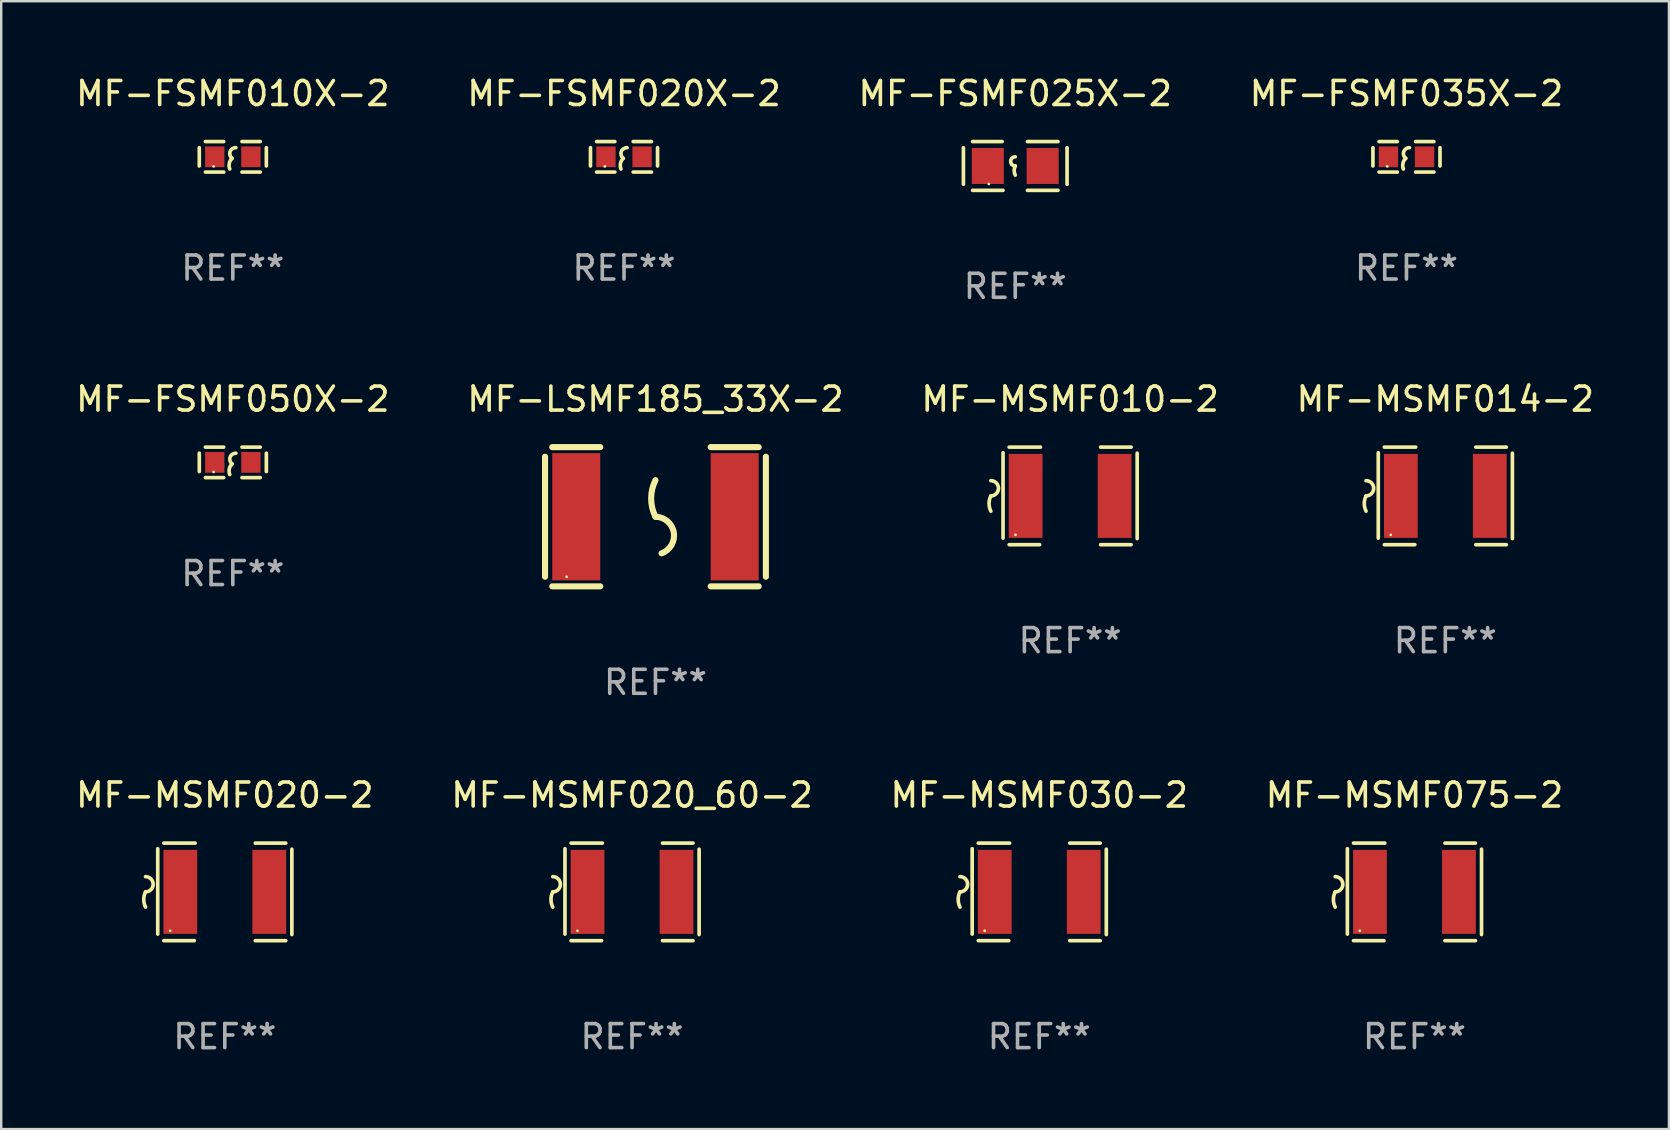
<source format=kicad_pcb>
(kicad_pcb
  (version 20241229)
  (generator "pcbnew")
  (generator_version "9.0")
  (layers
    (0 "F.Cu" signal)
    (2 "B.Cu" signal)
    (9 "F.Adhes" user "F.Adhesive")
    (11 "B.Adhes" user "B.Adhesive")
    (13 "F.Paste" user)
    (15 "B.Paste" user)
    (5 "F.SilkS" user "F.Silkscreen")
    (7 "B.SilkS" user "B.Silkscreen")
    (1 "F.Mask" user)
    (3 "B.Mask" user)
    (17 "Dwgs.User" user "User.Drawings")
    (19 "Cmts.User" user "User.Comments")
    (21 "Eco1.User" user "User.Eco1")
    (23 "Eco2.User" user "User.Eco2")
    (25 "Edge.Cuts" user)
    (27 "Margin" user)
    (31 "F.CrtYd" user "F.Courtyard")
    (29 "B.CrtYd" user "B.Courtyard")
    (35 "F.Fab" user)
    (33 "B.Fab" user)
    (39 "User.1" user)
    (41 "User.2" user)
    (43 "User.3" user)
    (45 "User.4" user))
  (footprint "MF-MSMF020-2"
    (layer "F.Cu")
    (at 6.315 34.105)
    (property "Reference" "MF-MSMF020-2" (at 0 -4.032 0) (layer "F.SilkS") (effects (font (size 1 1) (thickness 0.15))))
    (attr through_hole)
    (fp_line (start -2.794 -1.798) (end -2.794 1.758) (stroke (width 0.152) (type solid)) (layer "F.SilkS"))
    (fp_line (start -2.54 -2.032) (end -1.235 -2.032) (stroke (width 0.152) (type solid)) (layer "F.SilkS"))
    (fp_line (start -1.27 2.032) (end -2.54 2.032) (stroke (width 0.152) (type solid)) (layer "F.SilkS"))
    (fp_line (start 1.27 2.032) (end 2.54 2.032) (stroke (width 0.152) (type solid)) (layer "F.SilkS"))
    (fp_line (start 2.54 -2.032) (end 1.27 -2.032) (stroke (width 0.152) (type solid)) (layer "F.SilkS"))
    (fp_line (start 2.794 -1.778) (end 2.794 1.778) (stroke (width 0.152) (type solid)) (layer "F.SilkS"))
    (fp_arc (start -3.302007 -0.635002) (mid -2.984506 -0.317501) (end -3.302007 0) (stroke (width 0.151994) (type solid)) (layer "F.SilkS"))
    (fp_arc (start -3.302007 0.635002) (mid -3.376959 0.317501) (end -3.302007 0) (stroke (width 0.151994) (type solid)) (layer "F.SilkS"))
    (fp_circle (center -2.275 1.62) (end -2.245 1.62) (stroke (width 0.06) (type solid)) (fill no) (layer "F.SilkS"))
    (fp_text user "REF**" (at 0 6.032 0) (layer "F.Fab") (effects (font (size 1 1) (thickness 0.15))))
    (pad "1" smd rect (at -1.853 0) (size 1.407 3.499) (layers "F.Cu" "F.Mask" "F.Paste"))
    (pad "2" smd rect (at 1.853 0) (size 1.407 3.499) (layers "F.Cu" "F.Mask" "F.Paste")))
  (footprint "MF-MSMF020_60-2"
    (layer "F.Cu")
    (at 23.28 34.105)
    (property "Reference" "MF-MSMF020_60-2" (at 0 -4.032 0) (layer "F.SilkS") (effects (font (size 1 1) (thickness 0.15))))
    (attr through_hole)
    (fp_line (start -2.794 -1.798) (end -2.794 1.758) (stroke (width 0.152) (type solid)) (layer "F.SilkS"))
    (fp_line (start -2.54 -2.032) (end -1.235 -2.032) (stroke (width 0.152) (type solid)) (layer "F.SilkS"))
    (fp_line (start -1.27 2.032) (end -2.54 2.032) (stroke (width 0.152) (type solid)) (layer "F.SilkS"))
    (fp_line (start 1.27 2.032) (end 2.54 2.032) (stroke (width 0.152) (type solid)) (layer "F.SilkS"))
    (fp_line (start 2.54 -2.032) (end 1.27 -2.032) (stroke (width 0.152) (type solid)) (layer "F.SilkS"))
    (fp_line (start 2.794 -1.778) (end 2.794 1.778) (stroke (width 0.152) (type solid)) (layer "F.SilkS"))
    (fp_arc (start -3.302007 -0.635002) (mid -2.984506 -0.317501) (end -3.302007 0) (stroke (width 0.151994) (type solid)) (layer "F.SilkS"))
    (fp_arc (start -3.302007 0.635002) (mid -3.376959 0.317501) (end -3.302007 0) (stroke (width 0.151994) (type solid)) (layer "F.SilkS"))
    (fp_circle (center -2.275 1.62) (end -2.245 1.62) (stroke (width 0.06) (type solid)) (fill no) (layer "F.SilkS"))
    (fp_text user "REF**" (at 0 6.032 0) (layer "F.Fab") (effects (font (size 1 1) (thickness 0.15))))
    (pad "1" smd rect (at -1.853 0) (size 1.407 3.499) (layers "F.Cu" "F.Mask" "F.Paste"))
    (pad "2" smd rect (at 1.853 0) (size 1.407 3.499) (layers "F.Cu" "F.Mask" "F.Paste")))
  (footprint "MF-MSMF075-2"
    (layer "F.Cu")
    (at 55.875 34.105)
    (property "Reference" "MF-MSMF075-2" (at 0 -4.032 0) (layer "F.SilkS") (effects (font (size 1 1) (thickness 0.15))))
    (attr through_hole)
    (fp_line (start -2.794 -1.798) (end -2.794 1.758) (stroke (width 0.152) (type solid)) (layer "F.SilkS"))
    (fp_line (start -2.54 -2.032) (end -1.235 -2.032) (stroke (width 0.152) (type solid)) (layer "F.SilkS"))
    (fp_line (start -1.27 2.032) (end -2.54 2.032) (stroke (width 0.152) (type solid)) (layer "F.SilkS"))
    (fp_line (start 1.27 2.032) (end 2.54 2.032) (stroke (width 0.152) (type solid)) (layer "F.SilkS"))
    (fp_line (start 2.54 -2.032) (end 1.27 -2.032) (stroke (width 0.152) (type solid)) (layer "F.SilkS"))
    (fp_line (start 2.794 -1.778) (end 2.794 1.778) (stroke (width 0.152) (type solid)) (layer "F.SilkS"))
    (fp_arc (start -3.302007 -0.635002) (mid -2.984506 -0.317501) (end -3.302007 0) (stroke (width 0.151994) (type solid)) (layer "F.SilkS"))
    (fp_arc (start -3.302007 0.635002) (mid -3.376959 0.317501) (end -3.302007 0) (stroke (width 0.151994) (type solid)) (layer "F.SilkS"))
    (fp_circle (center -2.275 1.62) (end -2.245 1.62) (stroke (width 0.06) (type solid)) (fill no) (layer "F.SilkS"))
    (fp_text user "REF**" (at 0 6.032 0) (layer "F.Fab") (effects (font (size 1 1) (thickness 0.15))))
    (pad "1" smd rect (at -1.853 0) (size 1.407 3.499) (layers "F.Cu" "F.Mask" "F.Paste"))
    (pad "2" smd rect (at 1.853 0) (size 1.407 3.499) (layers "F.Cu" "F.Mask" "F.Paste")))
  (footprint "MF-MSMF014-2"
    (layer "F.Cu")
    (at 57.161 17.609)
    (property "Reference" "MF-MSMF014-2" (at 0 -4.032 0) (layer "F.SilkS") (effects (font (size 1 1) (thickness 0.15))))
    (attr through_hole)
    (fp_line (start -2.794 -1.798) (end -2.794 1.758) (stroke (width 0.152) (type solid)) (layer "F.SilkS"))
    (fp_line (start -2.54 -2.032) (end -1.235 -2.032) (stroke (width 0.152) (type solid)) (layer "F.SilkS"))
    (fp_line (start -1.27 2.032) (end -2.54 2.032) (stroke (width 0.152) (type solid)) (layer "F.SilkS"))
    (fp_line (start 1.27 2.032) (end 2.54 2.032) (stroke (width 0.152) (type solid)) (layer "F.SilkS"))
    (fp_line (start 2.54 -2.032) (end 1.27 -2.032) (stroke (width 0.152) (type solid)) (layer "F.SilkS"))
    (fp_line (start 2.794 -1.778) (end 2.794 1.778) (stroke (width 0.152) (type solid)) (layer "F.SilkS"))
    (fp_arc (start -3.302007 -0.635002) (mid -2.984506 -0.317501) (end -3.302007 0) (stroke (width 0.151994) (type solid)) (layer "F.SilkS"))
    (fp_arc (start -3.302007 0.635002) (mid -3.376959 0.317501) (end -3.302007 0) (stroke (width 0.151994) (type solid)) (layer "F.SilkS"))
    (fp_circle (center -2.275 1.62) (end -2.245 1.62) (stroke (width 0.06) (type solid)) (fill no) (layer "F.SilkS"))
    (fp_text user "REF**" (at 0 6.032 0) (layer "F.Fab") (effects (font (size 1 1) (thickness 0.15))))
    (pad "1" smd rect (at -1.853 0) (size 1.407 3.499) (layers "F.Cu" "F.Mask" "F.Paste"))
    (pad "2" smd rect (at 1.853 0) (size 1.407 3.499) (layers "F.Cu" "F.Mask" "F.Paste")))
  (footprint "MF-FSMF035X-2"
    (layer "F.Cu")
    (at 55.542 3.483)
    (property "Reference" "MF-FSMF035X-2" (at 0 -2.635 0) (layer "F.SilkS") (effects (font (size 1 1) (thickness 0.15))))
    (attr through_hole)
    (fp_line (start -1.397 -0.381) (end -1.397 0.381) (stroke (width 0.152) (type solid)) (layer "F.SilkS"))
    (fp_line (start -0.381 -0.635) (end -1.143 -0.635) (stroke (width 0.152) (type solid)) (layer "F.SilkS"))
    (fp_line (start -0.381 0.635) (end -1.143 0.635) (stroke (width 0.152) (type solid)) (layer "F.SilkS"))
    (fp_line (start 0.381 -0.635) (end 1.143 -0.635) (stroke (width 0.152) (type solid)) (layer "F.SilkS"))
    (fp_line (start 0.381 0.635) (end 1.143 0.635) (stroke (width 0.152) (type solid)) (layer "F.SilkS"))
    (fp_line (start 1.397 -0.381) (end 1.397 0.381) (stroke (width 0.152) (type solid)) (layer "F.SilkS"))
    (fp_arc (start -0.127 0.508001) (mid -0.146523 0.271131) (end -0.030861 0.0635) (stroke (width 0.151994) (type solid)) (layer "F.SilkS"))
    (fp_arc (start -0.03175 0.0635) (mid -0.113571 -0.216321) (end 0.127001 -0.381002) (stroke (width 0.151994) (type solid)) (layer "F.SilkS"))
    (fp_circle (center -0.8 0.4) (end -0.77 0.4) (stroke (width 0.06) (type solid)) (fill no) (layer "F.SilkS"))
    (fp_text user "REF**" (at 0 4.635 0) (layer "F.Fab") (effects (font (size 1 1) (thickness 0.15))))
    (pad "1" smd rect (at -0.753 0) (size 0.806 0.864) (layers "F.Cu" "F.Mask" "F.Paste"))
    (pad "2" smd rect (at 0.753 0) (size 0.806 0.864) (layers "F.Cu" "F.Mask" "F.Paste")))
  (footprint "MF-FSMF050X-2"
    (layer "F.Cu")
    (at 6.649 16.212)
    (property "Reference" "MF-FSMF050X-2" (at 0 -2.635 0) (layer "F.SilkS") (effects (font (size 1 1) (thickness 0.15))))
    (attr through_hole)
    (fp_line (start -1.397 -0.381) (end -1.397 0.381) (stroke (width 0.152) (type solid)) (layer "F.SilkS"))
    (fp_line (start -0.381 -0.635) (end -1.143 -0.635) (stroke (width 0.152) (type solid)) (layer "F.SilkS"))
    (fp_line (start -0.381 0.635) (end -1.143 0.635) (stroke (width 0.152) (type solid)) (layer "F.SilkS"))
    (fp_line (start 0.381 -0.635) (end 1.143 -0.635) (stroke (width 0.152) (type solid)) (layer "F.SilkS"))
    (fp_line (start 0.381 0.635) (end 1.143 0.635) (stroke (width 0.152) (type solid)) (layer "F.SilkS"))
    (fp_line (start 1.397 -0.381) (end 1.397 0.381) (stroke (width 0.152) (type solid)) (layer "F.SilkS"))
    (fp_arc (start -0.127 0.508001) (mid -0.146523 0.271131) (end -0.030861 0.0635) (stroke (width 0.151994) (type solid)) (layer "F.SilkS"))
    (fp_arc (start -0.03175 0.0635) (mid -0.113571 -0.216321) (end 0.127001 -0.381002) (stroke (width 0.151994) (type solid)) (layer "F.SilkS"))
    (fp_circle (center -0.8 0.4) (end -0.77 0.4) (stroke (width 0.06) (type solid)) (fill no) (layer "F.SilkS"))
    (fp_text user "REF**" (at 0 4.635 0) (layer "F.Fab") (effects (font (size 1 1) (thickness 0.15))))
    (pad "1" smd rect (at -0.753 0) (size 0.806 0.864) (layers "F.Cu" "F.Mask" "F.Paste"))
    (pad "2" smd rect (at 0.753 0) (size 0.806 0.864) (layers "F.Cu" "F.Mask" "F.Paste")))
  (footprint "MF-FSMF010X-2"
    (layer "F.Cu")
    (at 6.649 3.483)
    (property "Reference" "MF-FSMF010X-2" (at 0 -2.635 0) (layer "F.SilkS") (effects (font (size 1 1) (thickness 0.15))))
    (attr through_hole)
    (fp_line (start -1.397 -0.381) (end -1.397 0.381) (stroke (width 0.152) (type solid)) (layer "F.SilkS"))
    (fp_line (start -0.381 -0.635) (end -1.143 -0.635) (stroke (width 0.152) (type solid)) (layer "F.SilkS"))
    (fp_line (start -0.381 0.635) (end -1.143 0.635) (stroke (width 0.152) (type solid)) (layer "F.SilkS"))
    (fp_line (start 0.381 -0.635) (end 1.143 -0.635) (stroke (width 0.152) (type solid)) (layer "F.SilkS"))
    (fp_line (start 0.381 0.635) (end 1.143 0.635) (stroke (width 0.152) (type solid)) (layer "F.SilkS"))
    (fp_line (start 1.397 -0.381) (end 1.397 0.381) (stroke (width 0.152) (type solid)) (layer "F.SilkS"))
    (fp_arc (start -0.127 0.508001) (mid -0.146523 0.271131) (end -0.030861 0.0635) (stroke (width 0.151994) (type solid)) (layer "F.SilkS"))
    (fp_arc (start -0.03175 0.0635) (mid -0.113571 -0.216321) (end 0.127001 -0.381002) (stroke (width 0.151994) (type solid)) (layer "F.SilkS"))
    (fp_circle (center -0.8 0.4) (end -0.77 0.4) (stroke (width 0.06) (type solid)) (fill no) (layer "F.SilkS"))
    (fp_text user "REF**" (at 0 4.635 0) (layer "F.Fab") (effects (font (size 1 1) (thickness 0.15))))
    (pad "1" smd rect (at -0.753 0) (size 0.806 0.864) (layers "F.Cu" "F.Mask" "F.Paste"))
    (pad "2" smd rect (at 0.753 0) (size 0.806 0.864) (layers "F.Cu" "F.Mask" "F.Paste")))
  (footprint "MF-MSMF030-2"
    (layer "F.Cu")
    (at 40.244 34.105)
    (property "Reference" "MF-MSMF030-2" (at 0 -4.032 0) (layer "F.SilkS") (effects (font (size 1 1) (thickness 0.15))))
    (attr through_hole)
    (fp_line (start -2.794 -1.798) (end -2.794 1.758) (stroke (width 0.152) (type solid)) (layer "F.SilkS"))
    (fp_line (start -2.54 -2.032) (end -1.235 -2.032) (stroke (width 0.152) (type solid)) (layer "F.SilkS"))
    (fp_line (start -1.27 2.032) (end -2.54 2.032) (stroke (width 0.152) (type solid)) (layer "F.SilkS"))
    (fp_line (start 1.27 2.032) (end 2.54 2.032) (stroke (width 0.152) (type solid)) (layer "F.SilkS"))
    (fp_line (start 2.54 -2.032) (end 1.27 -2.032) (stroke (width 0.152) (type solid)) (layer "F.SilkS"))
    (fp_line (start 2.794 -1.778) (end 2.794 1.778) (stroke (width 0.152) (type solid)) (layer "F.SilkS"))
    (fp_arc (start -3.302007 -0.635002) (mid -2.984506 -0.317501) (end -3.302007 0) (stroke (width 0.151994) (type solid)) (layer "F.SilkS"))
    (fp_arc (start -3.302007 0.635002) (mid -3.376959 0.317501) (end -3.302007 0) (stroke (width 0.151994) (type solid)) (layer "F.SilkS"))
    (fp_circle (center -2.275 1.62) (end -2.245 1.62) (stroke (width 0.06) (type solid)) (fill no) (layer "F.SilkS"))
    (fp_text user "REF**" (at 0 6.032 0) (layer "F.Fab") (effects (font (size 1 1) (thickness 0.15))))
    (pad "1" smd rect (at -1.853 0) (size 1.407 3.499) (layers "F.Cu" "F.Mask" "F.Paste"))
    (pad "2" smd rect (at 1.853 0) (size 1.407 3.499) (layers "F.Cu" "F.Mask" "F.Paste")))
  (footprint "MF-FSMF025X-2"
    (layer "F.Cu")
    (at 39.244 3.864)
    (property "Reference" "MF-FSMF025X-2" (at 0 -3.016 0) (layer "F.SilkS") (effects (font (size 1 1) (thickness 0.15))))
    (attr through_hole)
    (fp_line (start -2.159 -0.762) (end -2.159 0.762) (stroke (width 0.152) (type solid)) (layer "F.SilkS"))
    (fp_line (start -1.778 -1.016) (end -0.545 -1.016) (stroke (width 0.152) (type solid)) (layer "F.SilkS"))
    (fp_line (start -0.508 1.016) (end -1.778 1.016) (stroke (width 0.152) (type solid)) (layer "F.SilkS"))
    (fp_line (start 0.508 1.016) (end 1.778 1.016) (stroke (width 0.152) (type solid)) (layer "F.SilkS"))
    (fp_line (start 1.778 -1.016) (end 0.508 -1.016) (stroke (width 0.152) (type solid)) (layer "F.SilkS"))
    (fp_line (start 2.159 -0.762) (end 2.159 0.762) (stroke (width 0.152) (type solid)) (layer "F.SilkS"))
    (fp_arc (start 0 0) (mid -0.1905 -0.1905) (end 0 -0.381) (stroke (width 0.151994) (type solid)) (layer "F.SilkS"))
    (fp_arc (start 0 0.381001) (mid -0.044971 0.1905) (end 0 0) (stroke (width 0.151994) (type solid)) (layer "F.SilkS"))
    (fp_circle (center -1.1 0.75) (end -1.07 0.75) (stroke (width 0.06) (type solid)) (fill no) (layer "F.SilkS"))
    (fp_text user "REF**" (at 0 5.016 0) (layer "F.Fab") (effects (font (size 1 1) (thickness 0.15))))
    (pad "1" smd rect (at -1.142 0) (size 1.335 1.5) (layers "F.Cu" "F.Mask" "F.Paste"))
    (pad "2" smd rect (at 1.142 0) (size 1.335 1.5) (layers "F.Cu" "F.Mask" "F.Paste")))
  (footprint "MF-MSMF010-2"
    (layer "F.Cu")
    (at 41.53 17.609)
    (property "Reference" "MF-MSMF010-2" (at 0 -4.032 0) (layer "F.SilkS") (effects (font (size 1 1) (thickness 0.15))))
    (attr through_hole)
    (fp_line (start -2.794 -1.798) (end -2.794 1.758) (stroke (width 0.152) (type solid)) (layer "F.SilkS"))
    (fp_line (start -2.54 -2.032) (end -1.235 -2.032) (stroke (width 0.152) (type solid)) (layer "F.SilkS"))
    (fp_line (start -1.27 2.032) (end -2.54 2.032) (stroke (width 0.152) (type solid)) (layer "F.SilkS"))
    (fp_line (start 1.27 2.032) (end 2.54 2.032) (stroke (width 0.152) (type solid)) (layer "F.SilkS"))
    (fp_line (start 2.54 -2.032) (end 1.27 -2.032) (stroke (width 0.152) (type solid)) (layer "F.SilkS"))
    (fp_line (start 2.794 -1.778) (end 2.794 1.778) (stroke (width 0.152) (type solid)) (layer "F.SilkS"))
    (fp_arc (start -3.302007 -0.635002) (mid -2.984506 -0.317501) (end -3.302007 0) (stroke (width 0.151994) (type solid)) (layer "F.SilkS"))
    (fp_arc (start -3.302007 0.635002) (mid -3.376959 0.317501) (end -3.302007 0) (stroke (width 0.151994) (type solid)) (layer "F.SilkS"))
    (fp_circle (center -2.275 1.62) (end -2.245 1.62) (stroke (width 0.06) (type solid)) (fill no) (layer "F.SilkS"))
    (fp_text user "REF**" (at 0 6.032 0) (layer "F.Fab") (effects (font (size 1 1) (thickness 0.15))))
    (pad "1" smd rect (at -1.853 0) (size 1.407 3.499) (layers "F.Cu" "F.Mask" "F.Paste"))
    (pad "2" smd rect (at 1.853 0) (size 1.407 3.499) (layers "F.Cu" "F.Mask" "F.Paste")))
  (footprint "MF-LSMF185_33X-2"
    (layer "F.Cu")
    (at 24.256 18.477)
    (property "Reference" "MF-LSMF185_33X-2" (at 0 -4.9 0) (layer "F.SilkS") (effects (font (size 1 1) (thickness 0.15))))
    (attr through_hole)
    (fp_line (start -4.6 -2.5) (end -4.6 2.5) (stroke (width 0.254) (type solid)) (layer "F.SilkS"))
    (fp_line (start -4.3 -2.9) (end -2.3 -2.9) (stroke (width 0.254) (type solid)) (layer "F.SilkS"))
    (fp_line (start -4.3 2.9) (end -2.3 2.9) (stroke (width 0.254) (type solid)) (layer "F.SilkS"))
    (fp_line (start 2.3 -2.9) (end 4.3 -2.9) (stroke (width 0.254) (type solid)) (layer "F.SilkS"))
    (fp_line (start 2.3 2.9) (end 4.3 2.9) (stroke (width 0.254) (type solid)) (layer "F.SilkS"))
    (fp_line (start 4.6 -2.5) (end 4.6 2.5) (stroke (width 0.254) (type solid)) (layer "F.SilkS"))
    (fp_arc (start 0 0) (mid -0.179884 -0.762002) (end 0 -1.524003) (stroke (width 0.254001) (type solid)) (layer "F.SilkS"))
    (fp_arc (start 0 0) (mid 0.763086 0.655987) (end 0.254001 1.524003) (stroke (width 0.254001) (type solid)) (layer "F.SilkS"))
    (fp_circle (center -3.7 2.5) (end -3.67 2.5) (stroke (width 0.06) (type solid)) (fill no) (layer "F.SilkS"))
    (fp_text user "REF**" (at 0 6.9 0) (layer "F.Fab") (effects (font (size 1 1) (thickness 0.15))))
    (pad "1" smd rect (at -3.3 0) (size 2 5.3) (layers "F.Cu" "F.Mask" "F.Paste"))
    (pad "2" smd rect (at 3.3 0) (size 2 5.3) (layers "F.Cu" "F.Mask" "F.Paste")))
  (footprint "MF-FSMF020X-2"
    (layer "F.Cu")
    (at 22.946 3.483)
    (property "Reference" "MF-FSMF020X-2" (at 0 -2.635 0) (layer "F.SilkS") (effects (font (size 1 1) (thickness 0.15))))
    (attr through_hole)
    (fp_line (start -1.397 -0.381) (end -1.397 0.381) (stroke (width 0.152) (type solid)) (layer "F.SilkS"))
    (fp_line (start -0.381 -0.635) (end -1.143 -0.635) (stroke (width 0.152) (type solid)) (layer "F.SilkS"))
    (fp_line (start -0.381 0.635) (end -1.143 0.635) (stroke (width 0.152) (type solid)) (layer "F.SilkS"))
    (fp_line (start 0.381 -0.635) (end 1.143 -0.635) (stroke (width 0.152) (type solid)) (layer "F.SilkS"))
    (fp_line (start 0.381 0.635) (end 1.143 0.635) (stroke (width 0.152) (type solid)) (layer "F.SilkS"))
    (fp_line (start 1.397 -0.381) (end 1.397 0.381) (stroke (width 0.152) (type solid)) (layer "F.SilkS"))
    (fp_arc (start -0.127 0.508001) (mid -0.146523 0.271131) (end -0.030861 0.0635) (stroke (width 0.151994) (type solid)) (layer "F.SilkS"))
    (fp_arc (start -0.03175 0.0635) (mid -0.113571 -0.216321) (end 0.127001 -0.381002) (stroke (width 0.151994) (type solid)) (layer "F.SilkS"))
    (fp_circle (center -0.8 0.4) (end -0.77 0.4) (stroke (width 0.06) (type solid)) (fill no) (layer "F.SilkS"))
    (fp_text user "REF**" (at 0 4.635 0) (layer "F.Fab") (effects (font (size 1 1) (thickness 0.15))))
    (pad "1" smd rect (at -0.753 0) (size 0.806 0.864) (layers "F.Cu" "F.Mask" "F.Paste"))
    (pad "2" smd rect (at 0.753 0) (size 0.806 0.864) (layers "F.Cu" "F.Mask" "F.Paste")))
  (gr_rect
    (start -3 -3)
    (end 66.476 43.986)
    (stroke (width 0.1) (type default))
    (fill no)
    (layer "Edge.Cuts")))
</source>
